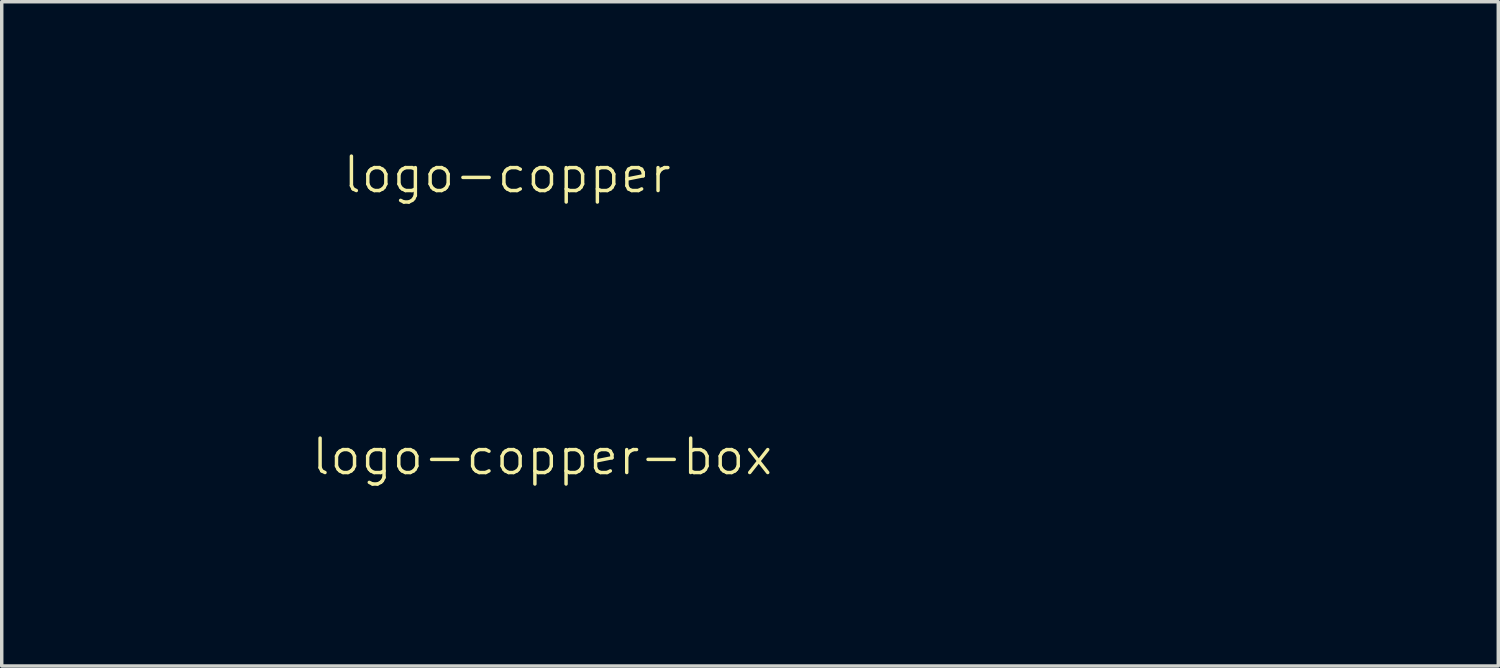
<source format=kicad_pcb>
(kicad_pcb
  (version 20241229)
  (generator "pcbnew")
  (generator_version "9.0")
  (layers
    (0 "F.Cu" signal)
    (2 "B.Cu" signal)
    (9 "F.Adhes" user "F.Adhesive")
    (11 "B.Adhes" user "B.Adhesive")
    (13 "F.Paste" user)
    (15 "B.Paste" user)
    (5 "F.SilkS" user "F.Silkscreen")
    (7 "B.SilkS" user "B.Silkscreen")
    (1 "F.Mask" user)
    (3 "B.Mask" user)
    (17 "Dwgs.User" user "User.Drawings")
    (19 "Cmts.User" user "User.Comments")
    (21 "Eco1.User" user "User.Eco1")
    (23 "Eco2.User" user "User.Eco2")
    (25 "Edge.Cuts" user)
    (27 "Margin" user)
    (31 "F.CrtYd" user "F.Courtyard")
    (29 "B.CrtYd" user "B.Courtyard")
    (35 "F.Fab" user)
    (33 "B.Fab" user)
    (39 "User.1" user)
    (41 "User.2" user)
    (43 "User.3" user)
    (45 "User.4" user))
  (footprint "logo-copper"
    (layer "F.Cu")
    (at 11.679 2.526)
    (property "Reference" "logo-copper" (at 0 -0.5 0) (unlocked yes) (layer "F.SilkS") (effects (font (size 1 1) (thickness 0.1))))
    (attr smd)
    (fp_line (start -11.554 1.794) (end -11.554 -1.706) (stroke (width 0.25) (type default)) (layer "F.Mask"))
    (fp_line (start 10.853 -2.401) (end -10.853 -2.401) (stroke (width 0.25) (type default)) (layer "F.Mask"))
    (fp_line (start 10.853 2.494) (end -10.853 2.494) (stroke (width 0.25) (type default)) (layer "F.Mask"))
    (fp_line (start 11.554 -1.7) (end 11.554 1.8) (stroke (width 0.25) (type default)) (layer "F.Mask"))
    (fp_rect (start -9.253 -1.4) (end -10.603 1.6) (stroke (width 0.5) (type solid)) (fill yes) (layer "F.Mask"))
    (fp_rect (start 10.747 -1.4) (end 9.397 1.6) (stroke (width 0.5) (type solid)) (fill yes) (layer "F.Mask"))
    (fp_rect (start 10.853 -1.7) (end -10.853 1.8) (stroke (width 0.5) (type solid)) (fill no) (layer "F.Mask"))
    (fp_arc (start -11.546967 -1.706066) (mid -11.343697 -2.19672) (end -10.853033 -2.4) (stroke (width 0.25) (type default)) (layer "F.Mask"))
    (fp_arc (start -10.853033 2.495036) (mid -11.348772 2.289673) (end -11.554135 1.793934) (stroke (width 0.25) (type solid)) (layer "F.Mask"))
    (fp_arc (start 10.853033 -2.401102) (mid 11.34878 -2.195747) (end 11.554135 -1.7) (stroke (width 0.25) (type solid)) (layer "F.Mask"))
    (fp_arc (start 11.546967 1.8) (mid 11.343735 2.290702) (end 10.853033 2.493934) (stroke (width 0.25) (type default)) (layer "F.Mask"))
    (fp_text user "devices-lab.org" (at 0.047 0 0) (unlocked yes) (layer "F.Mask" knockout) (effects (font (face "PT Sans Narrow") (size 2 2) (thickness 0.125)))))
  (footprint "logo-copper-box"
    (layer "F.Cu")
    (at 12.698 10.715)
    (property "Reference" "logo-copper-box" (at 0 -0.5 0) (unlocked yes) (layer "F.SilkS") (effects (font (size 1 1) (thickness 0.1))))
    (attr smd)
    (fp_line (start -12.573 1.75) (end -12.573 -1.75) (stroke (width 0.25) (type default)) (layer "F.Mask"))
    (fp_line (start 23.937 -2.444) (end -11.879 -2.444) (stroke (width 0.25) (type default)) (layer "F.Mask"))
    (fp_line (start 23.944 2.451) (end -11.872 2.451) (stroke (width 0.25) (type default)) (layer "F.Mask"))
    (fp_line (start 24.638 -1.743) (end 24.638 1.757) (stroke (width 0.25) (type default)) (layer "F.Mask"))
    (fp_rect (start -11.811 -1.662) (end 23.818 1.662) (stroke (width 0.5) (type solid)) (fill no) (layer "F.Mask"))
    (fp_rect (start -11.455 -1.5) (end -10.668 1.5) (stroke (width 0.5) (type solid)) (fill yes) (layer "F.Mask"))
    (fp_arc (start -12.573 -1.75) (mid -12.369725 -2.240659) (end -11.879066 -2.443934) (stroke (width 0.25) (type default)) (layer "F.Mask"))
    (fp_arc (start -11.871898 2.451103) (mid -12.367637 2.24574) (end -12.573 1.750001) (stroke (width 0.25) (type solid)) (layer "F.Mask"))
    (fp_arc (start 23.936898 -2.443934) (mid 24.432631 -2.238574) (end 24.638 -1.742832) (stroke (width 0.25) (type solid)) (layer "F.Mask"))
    (fp_arc (start 24.638 1.757168) (mid 24.434769 2.247872) (end 23.944066 2.451102) (stroke (width 0.25) (type default)) (layer "F.Mask"))
    (fp_text user "devices-lab.org/" (at -0.635 0 0) (unlocked yes) (layer "F.Mask" knockout) (effects (font (face "PT Sans Narrow") (size 2 2) (thickness 0.125)))))
  (gr_rect
    (start -3 -3)
    (end 40.461 16.291)
    (stroke (width 0.1) (type default))
    (fill no)
    (layer "Edge.Cuts")))
</source>
